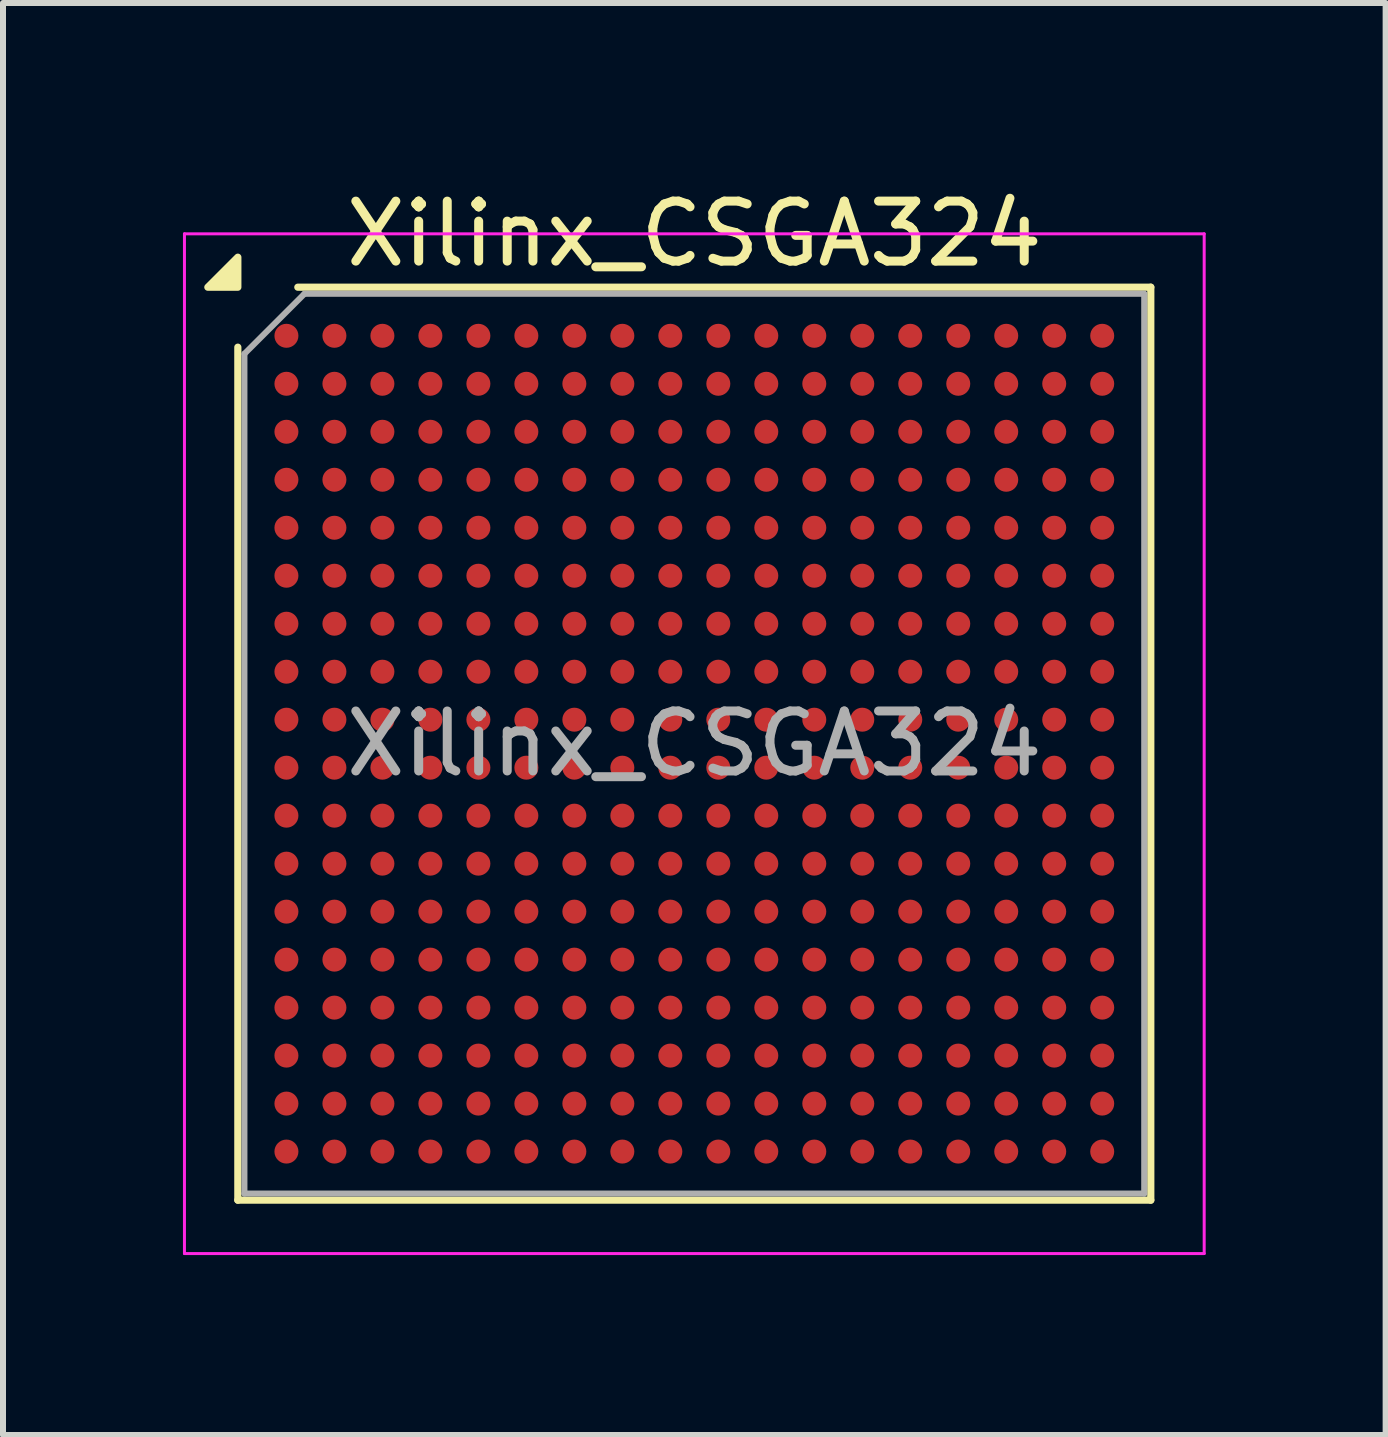
<source format=kicad_pcb>
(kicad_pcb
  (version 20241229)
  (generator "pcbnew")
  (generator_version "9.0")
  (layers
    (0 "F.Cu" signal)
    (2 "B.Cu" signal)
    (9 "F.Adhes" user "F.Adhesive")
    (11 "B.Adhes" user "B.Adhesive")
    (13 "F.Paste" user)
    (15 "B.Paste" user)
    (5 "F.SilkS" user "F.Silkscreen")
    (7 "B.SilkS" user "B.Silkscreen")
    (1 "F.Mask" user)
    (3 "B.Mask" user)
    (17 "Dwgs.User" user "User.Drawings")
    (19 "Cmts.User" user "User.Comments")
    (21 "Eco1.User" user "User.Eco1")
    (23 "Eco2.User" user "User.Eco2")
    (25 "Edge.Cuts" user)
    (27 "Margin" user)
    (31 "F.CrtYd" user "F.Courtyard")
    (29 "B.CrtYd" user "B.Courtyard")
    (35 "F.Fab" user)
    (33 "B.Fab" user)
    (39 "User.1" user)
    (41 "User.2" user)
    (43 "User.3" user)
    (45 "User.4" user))
  (footprint "Xilinx_CSGA324"
    (layer "F.Cu")
    (at 8.525 9.348)
    (property "Reference" "Xilinx_CSGA324" (at 0 -8.5 0) (layer "F.SilkS") (effects (font (size 1 1) (thickness 0.15))))
    (attr smd)
    (fp_line (start -7.61 7.61) (end -7.61 -6.61) (stroke (width 0.12) (type solid)) (layer "F.SilkS"))
    (fp_line (start -6.61 -7.61) (end 7.61 -7.61) (stroke (width 0.12) (type solid)) (layer "F.SilkS"))
    (fp_line (start 7.61 -7.61) (end 7.61 7.61) (stroke (width 0.12) (type solid)) (layer "F.SilkS"))
    (fp_line (start 7.61 7.61) (end -7.61 7.61) (stroke (width 0.12) (type solid)) (layer "F.SilkS"))
    (fp_poly (pts (xy -7.61 -7.61) (xy -8.11 -7.61) (xy -7.61 -8.11) (xy -7.61 -7.61)) (stroke (width 0.12) (type solid)) (fill yes) (layer "F.SilkS"))
    (fp_line (start -8.5 -8.5) (end -8.5 8.5) (stroke (width 0.05) (type solid)) (layer "F.CrtYd"))
    (fp_line (start -8.5 8.5) (end 8.5 8.5) (stroke (width 0.05) (type solid)) (layer "F.CrtYd"))
    (fp_line (start 8.5 -8.5) (end -8.5 -8.5) (stroke (width 0.05) (type solid)) (layer "F.CrtYd"))
    (fp_line (start 8.5 8.5) (end 8.5 -8.5) (stroke (width 0.05) (type solid)) (layer "F.CrtYd"))
    (fp_line (start -7.5 -6.5) (end -6.5 -7.5) (stroke (width 0.1) (type solid)) (layer "F.Fab"))
    (fp_line (start -7.5 7.5) (end -7.5 -6.5) (stroke (width 0.1) (type solid)) (layer "F.Fab"))
    (fp_line (start -6.5 -7.5) (end 7.5 -7.5) (stroke (width 0.1) (type solid)) (layer "F.Fab"))
    (fp_line (start 7.5 -7.5) (end 7.5 7.5) (stroke (width 0.1) (type solid)) (layer "F.Fab"))
    (fp_line (start 7.5 7.5) (end -7.5 7.5) (stroke (width 0.1) (type solid)) (layer "F.Fab"))
    (fp_text user "${REFERENCE}" (at 0 0 0) (layer "F.Fab") (effects (font (size 1 1) (thickness 0.15))))
    (pad "A1" smd circle (at -6.8 -6.8) (size 0.4 0.4) (property pad_prop_bga) (layers "F.Cu" "F.Mask" "F.Paste"))
    (pad "A2" smd circle (at -6 -6.8) (size 0.4 0.4) (property pad_prop_bga) (layers "F.Cu" "F.Mask" "F.Paste"))
    (pad "A3" smd circle (at -5.2 -6.8) (size 0.4 0.4) (property pad_prop_bga) (layers "F.Cu" "F.Mask" "F.Paste"))
    (pad "A4" smd circle (at -4.4 -6.8) (size 0.4 0.4) (property pad_prop_bga) (layers "F.Cu" "F.Mask" "F.Paste"))
    (pad "A5" smd circle (at -3.6 -6.8) (size 0.4 0.4) (property pad_prop_bga) (layers "F.Cu" "F.Mask" "F.Paste"))
    (pad "A6" smd circle (at -2.8 -6.8) (size 0.4 0.4) (property pad_prop_bga) (layers "F.Cu" "F.Mask" "F.Paste"))
    (pad "A7" smd circle (at -2 -6.8) (size 0.4 0.4) (property pad_prop_bga) (layers "F.Cu" "F.Mask" "F.Paste"))
    (pad "A8" smd circle (at -1.2 -6.8) (size 0.4 0.4) (property pad_prop_bga) (layers "F.Cu" "F.Mask" "F.Paste"))
    (pad "A9" smd circle (at -0.4 -6.8) (size 0.4 0.4) (property pad_prop_bga) (layers "F.Cu" "F.Mask" "F.Paste"))
    (pad "A10" smd circle (at 0.4 -6.8) (size 0.4 0.4) (property pad_prop_bga) (layers "F.Cu" "F.Mask" "F.Paste"))
    (pad "A11" smd circle (at 1.2 -6.8) (size 0.4 0.4) (property pad_prop_bga) (layers "F.Cu" "F.Mask" "F.Paste"))
    (pad "A12" smd circle (at 2 -6.8) (size 0.4 0.4) (property pad_prop_bga) (layers "F.Cu" "F.Mask" "F.Paste"))
    (pad "A13" smd circle (at 2.8 -6.8) (size 0.4 0.4) (property pad_prop_bga) (layers "F.Cu" "F.Mask" "F.Paste"))
    (pad "A14" smd circle (at 3.6 -6.8) (size 0.4 0.4) (property pad_prop_bga) (layers "F.Cu" "F.Mask" "F.Paste"))
    (pad "A15" smd circle (at 4.4 -6.8) (size 0.4 0.4) (property pad_prop_bga) (layers "F.Cu" "F.Mask" "F.Paste"))
    (pad "A16" smd circle (at 5.2 -6.8) (size 0.4 0.4) (property pad_prop_bga) (layers "F.Cu" "F.Mask" "F.Paste"))
    (pad "A17" smd circle (at 6 -6.8) (size 0.4 0.4) (property pad_prop_bga) (layers "F.Cu" "F.Mask" "F.Paste"))
    (pad "A18" smd circle (at 6.8 -6.8) (size 0.4 0.4) (property pad_prop_bga) (layers "F.Cu" "F.Mask" "F.Paste"))
    (pad "B1" smd circle (at -6.8 -6) (size 0.4 0.4) (property pad_prop_bga) (layers "F.Cu" "F.Mask" "F.Paste"))
    (pad "B2" smd circle (at -6 -6) (size 0.4 0.4) (property pad_prop_bga) (layers "F.Cu" "F.Mask" "F.Paste"))
    (pad "B3" smd circle (at -5.2 -6) (size 0.4 0.4) (property pad_prop_bga) (layers "F.Cu" "F.Mask" "F.Paste"))
    (pad "B4" smd circle (at -4.4 -6) (size 0.4 0.4) (property pad_prop_bga) (layers "F.Cu" "F.Mask" "F.Paste"))
    (pad "B5" smd circle (at -3.6 -6) (size 0.4 0.4) (property pad_prop_bga) (layers "F.Cu" "F.Mask" "F.Paste"))
    (pad "B6" smd circle (at -2.8 -6) (size 0.4 0.4) (property pad_prop_bga) (layers "F.Cu" "F.Mask" "F.Paste"))
    (pad "B7" smd circle (at -2 -6) (size 0.4 0.4) (property pad_prop_bga) (layers "F.Cu" "F.Mask" "F.Paste"))
    (pad "B8" smd circle (at -1.2 -6) (size 0.4 0.4) (property pad_prop_bga) (layers "F.Cu" "F.Mask" "F.Paste"))
    (pad "B9" smd circle (at -0.4 -6) (size 0.4 0.4) (property pad_prop_bga) (layers "F.Cu" "F.Mask" "F.Paste"))
    (pad "B10" smd circle (at 0.4 -6) (size 0.4 0.4) (property pad_prop_bga) (layers "F.Cu" "F.Mask" "F.Paste"))
    (pad "B11" smd circle (at 1.2 -6) (size 0.4 0.4) (property pad_prop_bga) (layers "F.Cu" "F.Mask" "F.Paste"))
    (pad "B12" smd circle (at 2 -6) (size 0.4 0.4) (property pad_prop_bga) (layers "F.Cu" "F.Mask" "F.Paste"))
    (pad "B13" smd circle (at 2.8 -6) (size 0.4 0.4) (property pad_prop_bga) (layers "F.Cu" "F.Mask" "F.Paste"))
    (pad "B14" smd circle (at 3.6 -6) (size 0.4 0.4) (property pad_prop_bga) (layers "F.Cu" "F.Mask" "F.Paste"))
    (pad "B15" smd circle (at 4.4 -6) (size 0.4 0.4) (property pad_prop_bga) (layers "F.Cu" "F.Mask" "F.Paste"))
    (pad "B16" smd circle (at 5.2 -6) (size 0.4 0.4) (property pad_prop_bga) (layers "F.Cu" "F.Mask" "F.Paste"))
    (pad "B17" smd circle (at 6 -6) (size 0.4 0.4) (property pad_prop_bga) (layers "F.Cu" "F.Mask" "F.Paste"))
    (pad "B18" smd circle (at 6.8 -6) (size 0.4 0.4) (property pad_prop_bga) (layers "F.Cu" "F.Mask" "F.Paste"))
    (pad "C1" smd circle (at -6.8 -5.2) (size 0.4 0.4) (property pad_prop_bga) (layers "F.Cu" "F.Mask" "F.Paste"))
    (pad "C2" smd circle (at -6 -5.2) (size 0.4 0.4) (property pad_prop_bga) (layers "F.Cu" "F.Mask" "F.Paste"))
    (pad "C3" smd circle (at -5.2 -5.2) (size 0.4 0.4) (property pad_prop_bga) (layers "F.Cu" "F.Mask" "F.Paste"))
    (pad "C4" smd circle (at -4.4 -5.2) (size 0.4 0.4) (property pad_prop_bga) (layers "F.Cu" "F.Mask" "F.Paste"))
    (pad "C5" smd circle (at -3.6 -5.2) (size 0.4 0.4) (property pad_prop_bga) (layers "F.Cu" "F.Mask" "F.Paste"))
    (pad "C6" smd circle (at -2.8 -5.2) (size 0.4 0.4) (property pad_prop_bga) (layers "F.Cu" "F.Mask" "F.Paste"))
    (pad "C7" smd circle (at -2 -5.2) (size 0.4 0.4) (property pad_prop_bga) (layers "F.Cu" "F.Mask" "F.Paste"))
    (pad "C8" smd circle (at -1.2 -5.2) (size 0.4 0.4) (property pad_prop_bga) (layers "F.Cu" "F.Mask" "F.Paste"))
    (pad "C9" smd circle (at -0.4 -5.2) (size 0.4 0.4) (property pad_prop_bga) (layers "F.Cu" "F.Mask" "F.Paste"))
    (pad "C10" smd circle (at 0.4 -5.2) (size 0.4 0.4) (property pad_prop_bga) (layers "F.Cu" "F.Mask" "F.Paste"))
    (pad "C11" smd circle (at 1.2 -5.2) (size 0.4 0.4) (property pad_prop_bga) (layers "F.Cu" "F.Mask" "F.Paste"))
    (pad "C12" smd circle (at 2 -5.2) (size 0.4 0.4) (property pad_prop_bga) (layers "F.Cu" "F.Mask" "F.Paste"))
    (pad "C13" smd circle (at 2.8 -5.2) (size 0.4 0.4) (property pad_prop_bga) (layers "F.Cu" "F.Mask" "F.Paste"))
    (pad "C14" smd circle (at 3.6 -5.2) (size 0.4 0.4) (property pad_prop_bga) (layers "F.Cu" "F.Mask" "F.Paste"))
    (pad "C15" smd circle (at 4.4 -5.2) (size 0.4 0.4) (property pad_prop_bga) (layers "F.Cu" "F.Mask" "F.Paste"))
    (pad "C16" smd circle (at 5.2 -5.2) (size 0.4 0.4) (property pad_prop_bga) (layers "F.Cu" "F.Mask" "F.Paste"))
    (pad "C17" smd circle (at 6 -5.2) (size 0.4 0.4) (property pad_prop_bga) (layers "F.Cu" "F.Mask" "F.Paste"))
    (pad "C18" smd circle (at 6.8 -5.2) (size 0.4 0.4) (property pad_prop_bga) (layers "F.Cu" "F.Mask" "F.Paste"))
    (pad "D1" smd circle (at -6.8 -4.4) (size 0.4 0.4) (property pad_prop_bga) (layers "F.Cu" "F.Mask" "F.Paste"))
    (pad "D2" smd circle (at -6 -4.4) (size 0.4 0.4) (property pad_prop_bga) (layers "F.Cu" "F.Mask" "F.Paste"))
    (pad "D3" smd circle (at -5.2 -4.4) (size 0.4 0.4) (property pad_prop_bga) (layers "F.Cu" "F.Mask" "F.Paste"))
    (pad "D4" smd circle (at -4.4 -4.4) (size 0.4 0.4) (property pad_prop_bga) (layers "F.Cu" "F.Mask" "F.Paste"))
    (pad "D5" smd circle (at -3.6 -4.4) (size 0.4 0.4) (property pad_prop_bga) (layers "F.Cu" "F.Mask" "F.Paste"))
    (pad "D6" smd circle (at -2.8 -4.4) (size 0.4 0.4) (property pad_prop_bga) (layers "F.Cu" "F.Mask" "F.Paste"))
    (pad "D7" smd circle (at -2 -4.4) (size 0.4 0.4) (property pad_prop_bga) (layers "F.Cu" "F.Mask" "F.Paste"))
    (pad "D8" smd circle (at -1.2 -4.4) (size 0.4 0.4) (property pad_prop_bga) (layers "F.Cu" "F.Mask" "F.Paste"))
    (pad "D9" smd circle (at -0.4 -4.4) (size 0.4 0.4) (property pad_prop_bga) (layers "F.Cu" "F.Mask" "F.Paste"))
    (pad "D10" smd circle (at 0.4 -4.4) (size 0.4 0.4) (property pad_prop_bga) (layers "F.Cu" "F.Mask" "F.Paste"))
    (pad "D11" smd circle (at 1.2 -4.4) (size 0.4 0.4) (property pad_prop_bga) (layers "F.Cu" "F.Mask" "F.Paste"))
    (pad "D12" smd circle (at 2 -4.4) (size 0.4 0.4) (property pad_prop_bga) (layers "F.Cu" "F.Mask" "F.Paste"))
    (pad "D13" smd circle (at 2.8 -4.4) (size 0.4 0.4) (property pad_prop_bga) (layers "F.Cu" "F.Mask" "F.Paste"))
    (pad "D14" smd circle (at 3.6 -4.4) (size 0.4 0.4) (property pad_prop_bga) (layers "F.Cu" "F.Mask" "F.Paste"))
    (pad "D15" smd circle (at 4.4 -4.4) (size 0.4 0.4) (property pad_prop_bga) (layers "F.Cu" "F.Mask" "F.Paste"))
    (pad "D16" smd circle (at 5.2 -4.4) (size 0.4 0.4) (property pad_prop_bga) (layers "F.Cu" "F.Mask" "F.Paste"))
    (pad "D17" smd circle (at 6 -4.4) (size 0.4 0.4) (property pad_prop_bga) (layers "F.Cu" "F.Mask" "F.Paste"))
    (pad "D18" smd circle (at 6.8 -4.4) (size 0.4 0.4) (property pad_prop_bga) (layers "F.Cu" "F.Mask" "F.Paste"))
    (pad "E1" smd circle (at -6.8 -3.6) (size 0.4 0.4) (property pad_prop_bga) (layers "F.Cu" "F.Mask" "F.Paste"))
    (pad "E2" smd circle (at -6 -3.6) (size 0.4 0.4) (property pad_prop_bga) (layers "F.Cu" "F.Mask" "F.Paste"))
    (pad "E3" smd circle (at -5.2 -3.6) (size 0.4 0.4) (property pad_prop_bga) (layers "F.Cu" "F.Mask" "F.Paste"))
    (pad "E4" smd circle (at -4.4 -3.6) (size 0.4 0.4) (property pad_prop_bga) (layers "F.Cu" "F.Mask" "F.Paste"))
    (pad "E5" smd circle (at -3.6 -3.6) (size 0.4 0.4) (property pad_prop_bga) (layers "F.Cu" "F.Mask" "F.Paste"))
    (pad "E6" smd circle (at -2.8 -3.6) (size 0.4 0.4) (property pad_prop_bga) (layers "F.Cu" "F.Mask" "F.Paste"))
    (pad "E7" smd circle (at -2 -3.6) (size 0.4 0.4) (property pad_prop_bga) (layers "F.Cu" "F.Mask" "F.Paste"))
    (pad "E8" smd circle (at -1.2 -3.6) (size 0.4 0.4) (property pad_prop_bga) (layers "F.Cu" "F.Mask" "F.Paste"))
    (pad "E9" smd circle (at -0.4 -3.6) (size 0.4 0.4) (property pad_prop_bga) (layers "F.Cu" "F.Mask" "F.Paste"))
    (pad "E10" smd circle (at 0.4 -3.6) (size 0.4 0.4) (property pad_prop_bga) (layers "F.Cu" "F.Mask" "F.Paste"))
    (pad "E11" smd circle (at 1.2 -3.6) (size 0.4 0.4) (property pad_prop_bga) (layers "F.Cu" "F.Mask" "F.Paste"))
    (pad "E12" smd circle (at 2 -3.6) (size 0.4 0.4) (property pad_prop_bga) (layers "F.Cu" "F.Mask" "F.Paste"))
    (pad "E13" smd circle (at 2.8 -3.6) (size 0.4 0.4) (property pad_prop_bga) (layers "F.Cu" "F.Mask" "F.Paste"))
    (pad "E14" smd circle (at 3.6 -3.6) (size 0.4 0.4) (property pad_prop_bga) (layers "F.Cu" "F.Mask" "F.Paste"))
    (pad "E15" smd circle (at 4.4 -3.6) (size 0.4 0.4) (property pad_prop_bga) (layers "F.Cu" "F.Mask" "F.Paste"))
    (pad "E16" smd circle (at 5.2 -3.6) (size 0.4 0.4) (property pad_prop_bga) (layers "F.Cu" "F.Mask" "F.Paste"))
    (pad "E17" smd circle (at 6 -3.6) (size 0.4 0.4) (property pad_prop_bga) (layers "F.Cu" "F.Mask" "F.Paste"))
    (pad "E18" smd circle (at 6.8 -3.6) (size 0.4 0.4) (property pad_prop_bga) (layers "F.Cu" "F.Mask" "F.Paste"))
    (pad "F1" smd circle (at -6.8 -2.8) (size 0.4 0.4) (property pad_prop_bga) (layers "F.Cu" "F.Mask" "F.Paste"))
    (pad "F2" smd circle (at -6 -2.8) (size 0.4 0.4) (property pad_prop_bga) (layers "F.Cu" "F.Mask" "F.Paste"))
    (pad "F3" smd circle (at -5.2 -2.8) (size 0.4 0.4) (property pad_prop_bga) (layers "F.Cu" "F.Mask" "F.Paste"))
    (pad "F4" smd circle (at -4.4 -2.8) (size 0.4 0.4) (property pad_prop_bga) (layers "F.Cu" "F.Mask" "F.Paste"))
    (pad "F5" smd circle (at -3.6 -2.8) (size 0.4 0.4) (property pad_prop_bga) (layers "F.Cu" "F.Mask" "F.Paste"))
    (pad "F6" smd circle (at -2.8 -2.8) (size 0.4 0.4) (property pad_prop_bga) (layers "F.Cu" "F.Mask" "F.Paste"))
    (pad "F7" smd circle (at -2 -2.8) (size 0.4 0.4) (property pad_prop_bga) (layers "F.Cu" "F.Mask" "F.Paste"))
    (pad "F8" smd circle (at -1.2 -2.8) (size 0.4 0.4) (property pad_prop_bga) (layers "F.Cu" "F.Mask" "F.Paste"))
    (pad "F9" smd circle (at -0.4 -2.8) (size 0.4 0.4) (property pad_prop_bga) (layers "F.Cu" "F.Mask" "F.Paste"))
    (pad "F10" smd circle (at 0.4 -2.8) (size 0.4 0.4) (property pad_prop_bga) (layers "F.Cu" "F.Mask" "F.Paste"))
    (pad "F11" smd circle (at 1.2 -2.8) (size 0.4 0.4) (property pad_prop_bga) (layers "F.Cu" "F.Mask" "F.Paste"))
    (pad "F12" smd circle (at 2 -2.8) (size 0.4 0.4) (property pad_prop_bga) (layers "F.Cu" "F.Mask" "F.Paste"))
    (pad "F13" smd circle (at 2.8 -2.8) (size 0.4 0.4) (property pad_prop_bga) (layers "F.Cu" "F.Mask" "F.Paste"))
    (pad "F14" smd circle (at 3.6 -2.8) (size 0.4 0.4) (property pad_prop_bga) (layers "F.Cu" "F.Mask" "F.Paste"))
    (pad "F15" smd circle (at 4.4 -2.8) (size 0.4 0.4) (property pad_prop_bga) (layers "F.Cu" "F.Mask" "F.Paste"))
    (pad "F16" smd circle (at 5.2 -2.8) (size 0.4 0.4) (property pad_prop_bga) (layers "F.Cu" "F.Mask" "F.Paste"))
    (pad "F17" smd circle (at 6 -2.8) (size 0.4 0.4) (property pad_prop_bga) (layers "F.Cu" "F.Mask" "F.Paste"))
    (pad "F18" smd circle (at 6.8 -2.8) (size 0.4 0.4) (property pad_prop_bga) (layers "F.Cu" "F.Mask" "F.Paste"))
    (pad "G1" smd circle (at -6.8 -2) (size 0.4 0.4) (property pad_prop_bga) (layers "F.Cu" "F.Mask" "F.Paste"))
    (pad "G2" smd circle (at -6 -2) (size 0.4 0.4) (property pad_prop_bga) (layers "F.Cu" "F.Mask" "F.Paste"))
    (pad "G3" smd circle (at -5.2 -2) (size 0.4 0.4) (property pad_prop_bga) (layers "F.Cu" "F.Mask" "F.Paste"))
    (pad "G4" smd circle (at -4.4 -2) (size 0.4 0.4) (property pad_prop_bga) (layers "F.Cu" "F.Mask" "F.Paste"))
    (pad "G5" smd circle (at -3.6 -2) (size 0.4 0.4) (property pad_prop_bga) (layers "F.Cu" "F.Mask" "F.Paste"))
    (pad "G6" smd circle (at -2.8 -2) (size 0.4 0.4) (property pad_prop_bga) (layers "F.Cu" "F.Mask" "F.Paste"))
    (pad "G7" smd circle (at -2 -2) (size 0.4 0.4) (property pad_prop_bga) (layers "F.Cu" "F.Mask" "F.Paste"))
    (pad "G8" smd circle (at -1.2 -2) (size 0.4 0.4) (property pad_prop_bga) (layers "F.Cu" "F.Mask" "F.Paste"))
    (pad "G9" smd circle (at -0.4 -2) (size 0.4 0.4) (property pad_prop_bga) (layers "F.Cu" "F.Mask" "F.Paste"))
    (pad "G10" smd circle (at 0.4 -2) (size 0.4 0.4) (property pad_prop_bga) (layers "F.Cu" "F.Mask" "F.Paste"))
    (pad "G11" smd circle (at 1.2 -2) (size 0.4 0.4) (property pad_prop_bga) (layers "F.Cu" "F.Mask" "F.Paste"))
    (pad "G12" smd circle (at 2 -2) (size 0.4 0.4) (property pad_prop_bga) (layers "F.Cu" "F.Mask" "F.Paste"))
    (pad "G13" smd circle (at 2.8 -2) (size 0.4 0.4) (property pad_prop_bga) (layers "F.Cu" "F.Mask" "F.Paste"))
    (pad "G14" smd circle (at 3.6 -2) (size 0.4 0.4) (property pad_prop_bga) (layers "F.Cu" "F.Mask" "F.Paste"))
    (pad "G15" smd circle (at 4.4 -2) (size 0.4 0.4) (property pad_prop_bga) (layers "F.Cu" "F.Mask" "F.Paste"))
    (pad "G16" smd circle (at 5.2 -2) (size 0.4 0.4) (property pad_prop_bga) (layers "F.Cu" "F.Mask" "F.Paste"))
    (pad "G17" smd circle (at 6 -2) (size 0.4 0.4) (property pad_prop_bga) (layers "F.Cu" "F.Mask" "F.Paste"))
    (pad "G18" smd circle (at 6.8 -2) (size 0.4 0.4) (property pad_prop_bga) (layers "F.Cu" "F.Mask" "F.Paste"))
    (pad "H1" smd circle (at -6.8 -1.2) (size 0.4 0.4) (property pad_prop_bga) (layers "F.Cu" "F.Mask" "F.Paste"))
    (pad "H2" smd circle (at -6 -1.2) (size 0.4 0.4) (property pad_prop_bga) (layers "F.Cu" "F.Mask" "F.Paste"))
    (pad "H3" smd circle (at -5.2 -1.2) (size 0.4 0.4) (property pad_prop_bga) (layers "F.Cu" "F.Mask" "F.Paste"))
    (pad "H4" smd circle (at -4.4 -1.2) (size 0.4 0.4) (property pad_prop_bga) (layers "F.Cu" "F.Mask" "F.Paste"))
    (pad "H5" smd circle (at -3.6 -1.2) (size 0.4 0.4) (property pad_prop_bga) (layers "F.Cu" "F.Mask" "F.Paste"))
    (pad "H6" smd circle (at -2.8 -1.2) (size 0.4 0.4) (property pad_prop_bga) (layers "F.Cu" "F.Mask" "F.Paste"))
    (pad "H7" smd circle (at -2 -1.2) (size 0.4 0.4) (property pad_prop_bga) (layers "F.Cu" "F.Mask" "F.Paste"))
    (pad "H8" smd circle (at -1.2 -1.2) (size 0.4 0.4) (property pad_prop_bga) (layers "F.Cu" "F.Mask" "F.Paste"))
    (pad "H9" smd circle (at -0.4 -1.2) (size 0.4 0.4) (property pad_prop_bga) (layers "F.Cu" "F.Mask" "F.Paste"))
    (pad "H10" smd circle (at 0.4 -1.2) (size 0.4 0.4) (property pad_prop_bga) (layers "F.Cu" "F.Mask" "F.Paste"))
    (pad "H11" smd circle (at 1.2 -1.2) (size 0.4 0.4) (property pad_prop_bga) (layers "F.Cu" "F.Mask" "F.Paste"))
    (pad "H12" smd circle (at 2 -1.2) (size 0.4 0.4) (property pad_prop_bga) (layers "F.Cu" "F.Mask" "F.Paste"))
    (pad "H13" smd circle (at 2.8 -1.2) (size 0.4 0.4) (property pad_prop_bga) (layers "F.Cu" "F.Mask" "F.Paste"))
    (pad "H14" smd circle (at 3.6 -1.2) (size 0.4 0.4) (property pad_prop_bga) (layers "F.Cu" "F.Mask" "F.Paste"))
    (pad "H15" smd circle (at 4.4 -1.2) (size 0.4 0.4) (property pad_prop_bga) (layers "F.Cu" "F.Mask" "F.Paste"))
    (pad "H16" smd circle (at 5.2 -1.2) (size 0.4 0.4) (property pad_prop_bga) (layers "F.Cu" "F.Mask" "F.Paste"))
    (pad "H17" smd circle (at 6 -1.2) (size 0.4 0.4) (property pad_prop_bga) (layers "F.Cu" "F.Mask" "F.Paste"))
    (pad "H18" smd circle (at 6.8 -1.2) (size 0.4 0.4) (property pad_prop_bga) (layers "F.Cu" "F.Mask" "F.Paste"))
    (pad "J1" smd circle (at -6.8 -0.4) (size 0.4 0.4) (property pad_prop_bga) (layers "F.Cu" "F.Mask" "F.Paste"))
    (pad "J2" smd circle (at -6 -0.4) (size 0.4 0.4) (property pad_prop_bga) (layers "F.Cu" "F.Mask" "F.Paste"))
    (pad "J3" smd circle (at -5.2 -0.4) (size 0.4 0.4) (property pad_prop_bga) (layers "F.Cu" "F.Mask" "F.Paste"))
    (pad "J4" smd circle (at -4.4 -0.4) (size 0.4 0.4) (property pad_prop_bga) (layers "F.Cu" "F.Mask" "F.Paste"))
    (pad "J5" smd circle (at -3.6 -0.4) (size 0.4 0.4) (property pad_prop_bga) (layers "F.Cu" "F.Mask" "F.Paste"))
    (pad "J6" smd circle (at -2.8 -0.4) (size 0.4 0.4) (property pad_prop_bga) (layers "F.Cu" "F.Mask" "F.Paste"))
    (pad "J7" smd circle (at -2 -0.4) (size 0.4 0.4) (property pad_prop_bga) (layers "F.Cu" "F.Mask" "F.Paste"))
    (pad "J8" smd circle (at -1.2 -0.4) (size 0.4 0.4) (property pad_prop_bga) (layers "F.Cu" "F.Mask" "F.Paste"))
    (pad "J9" smd circle (at -0.4 -0.4) (size 0.4 0.4) (property pad_prop_bga) (layers "F.Cu" "F.Mask" "F.Paste"))
    (pad "J10" smd circle (at 0.4 -0.4) (size 0.4 0.4) (property pad_prop_bga) (layers "F.Cu" "F.Mask" "F.Paste"))
    (pad "J11" smd circle (at 1.2 -0.4) (size 0.4 0.4) (property pad_prop_bga) (layers "F.Cu" "F.Mask" "F.Paste"))
    (pad "J12" smd circle (at 2 -0.4) (size 0.4 0.4) (property pad_prop_bga) (layers "F.Cu" "F.Mask" "F.Paste"))
    (pad "J13" smd circle (at 2.8 -0.4) (size 0.4 0.4) (property pad_prop_bga) (layers "F.Cu" "F.Mask" "F.Paste"))
    (pad "J14" smd circle (at 3.6 -0.4) (size 0.4 0.4) (property pad_prop_bga) (layers "F.Cu" "F.Mask" "F.Paste"))
    (pad "J15" smd circle (at 4.4 -0.4) (size 0.4 0.4) (property pad_prop_bga) (layers "F.Cu" "F.Mask" "F.Paste"))
    (pad "J16" smd circle (at 5.2 -0.4) (size 0.4 0.4) (property pad_prop_bga) (layers "F.Cu" "F.Mask" "F.Paste"))
    (pad "J17" smd circle (at 6 -0.4) (size 0.4 0.4) (property pad_prop_bga) (layers "F.Cu" "F.Mask" "F.Paste"))
    (pad "J18" smd circle (at 6.8 -0.4) (size 0.4 0.4) (property pad_prop_bga) (layers "F.Cu" "F.Mask" "F.Paste"))
    (pad "K1" smd circle (at -6.8 0.4) (size 0.4 0.4) (property pad_prop_bga) (layers "F.Cu" "F.Mask" "F.Paste"))
    (pad "K2" smd circle (at -6 0.4) (size 0.4 0.4) (property pad_prop_bga) (layers "F.Cu" "F.Mask" "F.Paste"))
    (pad "K3" smd circle (at -5.2 0.4) (size 0.4 0.4) (property pad_prop_bga) (layers "F.Cu" "F.Mask" "F.Paste"))
    (pad "K4" smd circle (at -4.4 0.4) (size 0.4 0.4) (property pad_prop_bga) (layers "F.Cu" "F.Mask" "F.Paste"))
    (pad "K5" smd circle (at -3.6 0.4) (size 0.4 0.4) (property pad_prop_bga) (layers "F.Cu" "F.Mask" "F.Paste"))
    (pad "K6" smd circle (at -2.8 0.4) (size 0.4 0.4) (property pad_prop_bga) (layers "F.Cu" "F.Mask" "F.Paste"))
    (pad "K7" smd circle (at -2 0.4) (size 0.4 0.4) (property pad_prop_bga) (layers "F.Cu" "F.Mask" "F.Paste"))
    (pad "K8" smd circle (at -1.2 0.4) (size 0.4 0.4) (property pad_prop_bga) (layers "F.Cu" "F.Mask" "F.Paste"))
    (pad "K9" smd circle (at -0.4 0.4) (size 0.4 0.4) (property pad_prop_bga) (layers "F.Cu" "F.Mask" "F.Paste"))
    (pad "K10" smd circle (at 0.4 0.4) (size 0.4 0.4) (property pad_prop_bga) (layers "F.Cu" "F.Mask" "F.Paste"))
    (pad "K11" smd circle (at 1.2 0.4) (size 0.4 0.4) (property pad_prop_bga) (layers "F.Cu" "F.Mask" "F.Paste"))
    (pad "K12" smd circle (at 2 0.4) (size 0.4 0.4) (property pad_prop_bga) (layers "F.Cu" "F.Mask" "F.Paste"))
    (pad "K13" smd circle (at 2.8 0.4) (size 0.4 0.4) (property pad_prop_bga) (layers "F.Cu" "F.Mask" "F.Paste"))
    (pad "K14" smd circle (at 3.6 0.4) (size 0.4 0.4) (property pad_prop_bga) (layers "F.Cu" "F.Mask" "F.Paste"))
    (pad "K15" smd circle (at 4.4 0.4) (size 0.4 0.4) (property pad_prop_bga) (layers "F.Cu" "F.Mask" "F.Paste"))
    (pad "K16" smd circle (at 5.2 0.4) (size 0.4 0.4) (property pad_prop_bga) (layers "F.Cu" "F.Mask" "F.Paste"))
    (pad "K17" smd circle (at 6 0.4) (size 0.4 0.4) (property pad_prop_bga) (layers "F.Cu" "F.Mask" "F.Paste"))
    (pad "K18" smd circle (at 6.8 0.4) (size 0.4 0.4) (property pad_prop_bga) (layers "F.Cu" "F.Mask" "F.Paste"))
    (pad "L1" smd circle (at -6.8 1.2) (size 0.4 0.4) (property pad_prop_bga) (layers "F.Cu" "F.Mask" "F.Paste"))
    (pad "L2" smd circle (at -6 1.2) (size 0.4 0.4) (property pad_prop_bga) (layers "F.Cu" "F.Mask" "F.Paste"))
    (pad "L3" smd circle (at -5.2 1.2) (size 0.4 0.4) (property pad_prop_bga) (layers "F.Cu" "F.Mask" "F.Paste"))
    (pad "L4" smd circle (at -4.4 1.2) (size 0.4 0.4) (property pad_prop_bga) (layers "F.Cu" "F.Mask" "F.Paste"))
    (pad "L5" smd circle (at -3.6 1.2) (size 0.4 0.4) (property pad_prop_bga) (layers "F.Cu" "F.Mask" "F.Paste"))
    (pad "L6" smd circle (at -2.8 1.2) (size 0.4 0.4) (property pad_prop_bga) (layers "F.Cu" "F.Mask" "F.Paste"))
    (pad "L7" smd circle (at -2 1.2) (size 0.4 0.4) (property pad_prop_bga) (layers "F.Cu" "F.Mask" "F.Paste"))
    (pad "L8" smd circle (at -1.2 1.2) (size 0.4 0.4) (property pad_prop_bga) (layers "F.Cu" "F.Mask" "F.Paste"))
    (pad "L9" smd circle (at -0.4 1.2) (size 0.4 0.4) (property pad_prop_bga) (layers "F.Cu" "F.Mask" "F.Paste"))
    (pad "L10" smd circle (at 0.4 1.2) (size 0.4 0.4) (property pad_prop_bga) (layers "F.Cu" "F.Mask" "F.Paste"))
    (pad "L11" smd circle (at 1.2 1.2) (size 0.4 0.4) (property pad_prop_bga) (layers "F.Cu" "F.Mask" "F.Paste"))
    (pad "L12" smd circle (at 2 1.2) (size 0.4 0.4) (property pad_prop_bga) (layers "F.Cu" "F.Mask" "F.Paste"))
    (pad "L13" smd circle (at 2.8 1.2) (size 0.4 0.4) (property pad_prop_bga) (layers "F.Cu" "F.Mask" "F.Paste"))
    (pad "L14" smd circle (at 3.6 1.2) (size 0.4 0.4) (property pad_prop_bga) (layers "F.Cu" "F.Mask" "F.Paste"))
    (pad "L15" smd circle (at 4.4 1.2) (size 0.4 0.4) (property pad_prop_bga) (layers "F.Cu" "F.Mask" "F.Paste"))
    (pad "L16" smd circle (at 5.2 1.2) (size 0.4 0.4) (property pad_prop_bga) (layers "F.Cu" "F.Mask" "F.Paste"))
    (pad "L17" smd circle (at 6 1.2) (size 0.4 0.4) (property pad_prop_bga) (layers "F.Cu" "F.Mask" "F.Paste"))
    (pad "L18" smd circle (at 6.8 1.2) (size 0.4 0.4) (property pad_prop_bga) (layers "F.Cu" "F.Mask" "F.Paste"))
    (pad "M1" smd circle (at -6.8 2) (size 0.4 0.4) (property pad_prop_bga) (layers "F.Cu" "F.Mask" "F.Paste"))
    (pad "M2" smd circle (at -6 2) (size 0.4 0.4) (property pad_prop_bga) (layers "F.Cu" "F.Mask" "F.Paste"))
    (pad "M3" smd circle (at -5.2 2) (size 0.4 0.4) (property pad_prop_bga) (layers "F.Cu" "F.Mask" "F.Paste"))
    (pad "M4" smd circle (at -4.4 2) (size 0.4 0.4) (property pad_prop_bga) (layers "F.Cu" "F.Mask" "F.Paste"))
    (pad "M5" smd circle (at -3.6 2) (size 0.4 0.4) (property pad_prop_bga) (layers "F.Cu" "F.Mask" "F.Paste"))
    (pad "M6" smd circle (at -2.8 2) (size 0.4 0.4) (property pad_prop_bga) (layers "F.Cu" "F.Mask" "F.Paste"))
    (pad "M7" smd circle (at -2 2) (size 0.4 0.4) (property pad_prop_bga) (layers "F.Cu" "F.Mask" "F.Paste"))
    (pad "M8" smd circle (at -1.2 2) (size 0.4 0.4) (property pad_prop_bga) (layers "F.Cu" "F.Mask" "F.Paste"))
    (pad "M9" smd circle (at -0.4 2) (size 0.4 0.4) (property pad_prop_bga) (layers "F.Cu" "F.Mask" "F.Paste"))
    (pad "M10" smd circle (at 0.4 2) (size 0.4 0.4) (property pad_prop_bga) (layers "F.Cu" "F.Mask" "F.Paste"))
    (pad "M11" smd circle (at 1.2 2) (size 0.4 0.4) (property pad_prop_bga) (layers "F.Cu" "F.Mask" "F.Paste"))
    (pad "M12" smd circle (at 2 2) (size 0.4 0.4) (property pad_prop_bga) (layers "F.Cu" "F.Mask" "F.Paste"))
    (pad "M13" smd circle (at 2.8 2) (size 0.4 0.4) (property pad_prop_bga) (layers "F.Cu" "F.Mask" "F.Paste"))
    (pad "M14" smd circle (at 3.6 2) (size 0.4 0.4) (property pad_prop_bga) (layers "F.Cu" "F.Mask" "F.Paste"))
    (pad "M15" smd circle (at 4.4 2) (size 0.4 0.4) (property pad_prop_bga) (layers "F.Cu" "F.Mask" "F.Paste"))
    (pad "M16" smd circle (at 5.2 2) (size 0.4 0.4) (property pad_prop_bga) (layers "F.Cu" "F.Mask" "F.Paste"))
    (pad "M17" smd circle (at 6 2) (size 0.4 0.4) (property pad_prop_bga) (layers "F.Cu" "F.Mask" "F.Paste"))
    (pad "M18" smd circle (at 6.8 2) (size 0.4 0.4) (property pad_prop_bga) (layers "F.Cu" "F.Mask" "F.Paste"))
    (pad "N1" smd circle (at -6.8 2.8) (size 0.4 0.4) (property pad_prop_bga) (layers "F.Cu" "F.Mask" "F.Paste"))
    (pad "N2" smd circle (at -6 2.8) (size 0.4 0.4) (property pad_prop_bga) (layers "F.Cu" "F.Mask" "F.Paste"))
    (pad "N3" smd circle (at -5.2 2.8) (size 0.4 0.4) (property pad_prop_bga) (layers "F.Cu" "F.Mask" "F.Paste"))
    (pad "N4" smd circle (at -4.4 2.8) (size 0.4 0.4) (property pad_prop_bga) (layers "F.Cu" "F.Mask" "F.Paste"))
    (pad "N5" smd circle (at -3.6 2.8) (size 0.4 0.4) (property pad_prop_bga) (layers "F.Cu" "F.Mask" "F.Paste"))
    (pad "N6" smd circle (at -2.8 2.8) (size 0.4 0.4) (property pad_prop_bga) (layers "F.Cu" "F.Mask" "F.Paste"))
    (pad "N7" smd circle (at -2 2.8) (size 0.4 0.4) (property pad_prop_bga) (layers "F.Cu" "F.Mask" "F.Paste"))
    (pad "N8" smd circle (at -1.2 2.8) (size 0.4 0.4) (property pad_prop_bga) (layers "F.Cu" "F.Mask" "F.Paste"))
    (pad "N9" smd circle (at -0.4 2.8) (size 0.4 0.4) (property pad_prop_bga) (layers "F.Cu" "F.Mask" "F.Paste"))
    (pad "N10" smd circle (at 0.4 2.8) (size 0.4 0.4) (property pad_prop_bga) (layers "F.Cu" "F.Mask" "F.Paste"))
    (pad "N11" smd circle (at 1.2 2.8) (size 0.4 0.4) (property pad_prop_bga) (layers "F.Cu" "F.Mask" "F.Paste"))
    (pad "N12" smd circle (at 2 2.8) (size 0.4 0.4) (property pad_prop_bga) (layers "F.Cu" "F.Mask" "F.Paste"))
    (pad "N13" smd circle (at 2.8 2.8) (size 0.4 0.4) (property pad_prop_bga) (layers "F.Cu" "F.Mask" "F.Paste"))
    (pad "N14" smd circle (at 3.6 2.8) (size 0.4 0.4) (property pad_prop_bga) (layers "F.Cu" "F.Mask" "F.Paste"))
    (pad "N15" smd circle (at 4.4 2.8) (size 0.4 0.4) (property pad_prop_bga) (layers "F.Cu" "F.Mask" "F.Paste"))
    (pad "N16" smd circle (at 5.2 2.8) (size 0.4 0.4) (property pad_prop_bga) (layers "F.Cu" "F.Mask" "F.Paste"))
    (pad "N17" smd circle (at 6 2.8) (size 0.4 0.4) (property pad_prop_bga) (layers "F.Cu" "F.Mask" "F.Paste"))
    (pad "N18" smd circle (at 6.8 2.8) (size 0.4 0.4) (property pad_prop_bga) (layers "F.Cu" "F.Mask" "F.Paste"))
    (pad "P1" smd circle (at -6.8 3.6) (size 0.4 0.4) (property pad_prop_bga) (layers "F.Cu" "F.Mask" "F.Paste"))
    (pad "P2" smd circle (at -6 3.6) (size 0.4 0.4) (property pad_prop_bga) (layers "F.Cu" "F.Mask" "F.Paste"))
    (pad "P3" smd circle (at -5.2 3.6) (size 0.4 0.4) (property pad_prop_bga) (layers "F.Cu" "F.Mask" "F.Paste"))
    (pad "P4" smd circle (at -4.4 3.6) (size 0.4 0.4) (property pad_prop_bga) (layers "F.Cu" "F.Mask" "F.Paste"))
    (pad "P5" smd circle (at -3.6 3.6) (size 0.4 0.4) (property pad_prop_bga) (layers "F.Cu" "F.Mask" "F.Paste"))
    (pad "P6" smd circle (at -2.8 3.6) (size 0.4 0.4) (property pad_prop_bga) (layers "F.Cu" "F.Mask" "F.Paste"))
    (pad "P7" smd circle (at -2 3.6) (size 0.4 0.4) (property pad_prop_bga) (layers "F.Cu" "F.Mask" "F.Paste"))
    (pad "P8" smd circle (at -1.2 3.6) (size 0.4 0.4) (property pad_prop_bga) (layers "F.Cu" "F.Mask" "F.Paste"))
    (pad "P9" smd circle (at -0.4 3.6) (size 0.4 0.4) (property pad_prop_bga) (layers "F.Cu" "F.Mask" "F.Paste"))
    (pad "P10" smd circle (at 0.4 3.6) (size 0.4 0.4) (property pad_prop_bga) (layers "F.Cu" "F.Mask" "F.Paste"))
    (pad "P11" smd circle (at 1.2 3.6) (size 0.4 0.4) (property pad_prop_bga) (layers "F.Cu" "F.Mask" "F.Paste"))
    (pad "P12" smd circle (at 2 3.6) (size 0.4 0.4) (property pad_prop_bga) (layers "F.Cu" "F.Mask" "F.Paste"))
    (pad "P13" smd circle (at 2.8 3.6) (size 0.4 0.4) (property pad_prop_bga) (layers "F.Cu" "F.Mask" "F.Paste"))
    (pad "P14" smd circle (at 3.6 3.6) (size 0.4 0.4) (property pad_prop_bga) (layers "F.Cu" "F.Mask" "F.Paste"))
    (pad "P15" smd circle (at 4.4 3.6) (size 0.4 0.4) (property pad_prop_bga) (layers "F.Cu" "F.Mask" "F.Paste"))
    (pad "P16" smd circle (at 5.2 3.6) (size 0.4 0.4) (property pad_prop_bga) (layers "F.Cu" "F.Mask" "F.Paste"))
    (pad "P17" smd circle (at 6 3.6) (size 0.4 0.4) (property pad_prop_bga) (layers "F.Cu" "F.Mask" "F.Paste"))
    (pad "P18" smd circle (at 6.8 3.6) (size 0.4 0.4) (property pad_prop_bga) (layers "F.Cu" "F.Mask" "F.Paste"))
    (pad "R1" smd circle (at -6.8 4.4) (size 0.4 0.4) (property pad_prop_bga) (layers "F.Cu" "F.Mask" "F.Paste"))
    (pad "R2" smd circle (at -6 4.4) (size 0.4 0.4) (property pad_prop_bga) (layers "F.Cu" "F.Mask" "F.Paste"))
    (pad "R3" smd circle (at -5.2 4.4) (size 0.4 0.4) (property pad_prop_bga) (layers "F.Cu" "F.Mask" "F.Paste"))
    (pad "R4" smd circle (at -4.4 4.4) (size 0.4 0.4) (property pad_prop_bga) (layers "F.Cu" "F.Mask" "F.Paste"))
    (pad "R5" smd circle (at -3.6 4.4) (size 0.4 0.4) (property pad_prop_bga) (layers "F.Cu" "F.Mask" "F.Paste"))
    (pad "R6" smd circle (at -2.8 4.4) (size 0.4 0.4) (property pad_prop_bga) (layers "F.Cu" "F.Mask" "F.Paste"))
    (pad "R7" smd circle (at -2 4.4) (size 0.4 0.4) (property pad_prop_bga) (layers "F.Cu" "F.Mask" "F.Paste"))
    (pad "R8" smd circle (at -1.2 4.4) (size 0.4 0.4) (property pad_prop_bga) (layers "F.Cu" "F.Mask" "F.Paste"))
    (pad "R9" smd circle (at -0.4 4.4) (size 0.4 0.4) (property pad_prop_bga) (layers "F.Cu" "F.Mask" "F.Paste"))
    (pad "R10" smd circle (at 0.4 4.4) (size 0.4 0.4) (property pad_prop_bga) (layers "F.Cu" "F.Mask" "F.Paste"))
    (pad "R11" smd circle (at 1.2 4.4) (size 0.4 0.4) (property pad_prop_bga) (layers "F.Cu" "F.Mask" "F.Paste"))
    (pad "R12" smd circle (at 2 4.4) (size 0.4 0.4) (property pad_prop_bga) (layers "F.Cu" "F.Mask" "F.Paste"))
    (pad "R13" smd circle (at 2.8 4.4) (size 0.4 0.4) (property pad_prop_bga) (layers "F.Cu" "F.Mask" "F.Paste"))
    (pad "R14" smd circle (at 3.6 4.4) (size 0.4 0.4) (property pad_prop_bga) (layers "F.Cu" "F.Mask" "F.Paste"))
    (pad "R15" smd circle (at 4.4 4.4) (size 0.4 0.4) (property pad_prop_bga) (layers "F.Cu" "F.Mask" "F.Paste"))
    (pad "R16" smd circle (at 5.2 4.4) (size 0.4 0.4) (property pad_prop_bga) (layers "F.Cu" "F.Mask" "F.Paste"))
    (pad "R17" smd circle (at 6 4.4) (size 0.4 0.4) (property pad_prop_bga) (layers "F.Cu" "F.Mask" "F.Paste"))
    (pad "R18" smd circle (at 6.8 4.4) (size 0.4 0.4) (property pad_prop_bga) (layers "F.Cu" "F.Mask" "F.Paste"))
    (pad "T1" smd circle (at -6.8 5.2) (size 0.4 0.4) (property pad_prop_bga) (layers "F.Cu" "F.Mask" "F.Paste"))
    (pad "T2" smd circle (at -6 5.2) (size 0.4 0.4) (property pad_prop_bga) (layers "F.Cu" "F.Mask" "F.Paste"))
    (pad "T3" smd circle (at -5.2 5.2) (size 0.4 0.4) (property pad_prop_bga) (layers "F.Cu" "F.Mask" "F.Paste"))
    (pad "T4" smd circle (at -4.4 5.2) (size 0.4 0.4) (property pad_prop_bga) (layers "F.Cu" "F.Mask" "F.Paste"))
    (pad "T5" smd circle (at -3.6 5.2) (size 0.4 0.4) (property pad_prop_bga) (layers "F.Cu" "F.Mask" "F.Paste"))
    (pad "T6" smd circle (at -2.8 5.2) (size 0.4 0.4) (property pad_prop_bga) (layers "F.Cu" "F.Mask" "F.Paste"))
    (pad "T7" smd circle (at -2 5.2) (size 0.4 0.4) (property pad_prop_bga) (layers "F.Cu" "F.Mask" "F.Paste"))
    (pad "T8" smd circle (at -1.2 5.2) (size 0.4 0.4) (property pad_prop_bga) (layers "F.Cu" "F.Mask" "F.Paste"))
    (pad "T9" smd circle (at -0.4 5.2) (size 0.4 0.4) (property pad_prop_bga) (layers "F.Cu" "F.Mask" "F.Paste"))
    (pad "T10" smd circle (at 0.4 5.2) (size 0.4 0.4) (property pad_prop_bga) (layers "F.Cu" "F.Mask" "F.Paste"))
    (pad "T11" smd circle (at 1.2 5.2) (size 0.4 0.4) (property pad_prop_bga) (layers "F.Cu" "F.Mask" "F.Paste"))
    (pad "T12" smd circle (at 2 5.2) (size 0.4 0.4) (property pad_prop_bga) (layers "F.Cu" "F.Mask" "F.Paste"))
    (pad "T13" smd circle (at 2.8 5.2) (size 0.4 0.4) (property pad_prop_bga) (layers "F.Cu" "F.Mask" "F.Paste"))
    (pad "T14" smd circle (at 3.6 5.2) (size 0.4 0.4) (property pad_prop_bga) (layers "F.Cu" "F.Mask" "F.Paste"))
    (pad "T15" smd circle (at 4.4 5.2) (size 0.4 0.4) (property pad_prop_bga) (layers "F.Cu" "F.Mask" "F.Paste"))
    (pad "T16" smd circle (at 5.2 5.2) (size 0.4 0.4) (property pad_prop_bga) (layers "F.Cu" "F.Mask" "F.Paste"))
    (pad "T17" smd circle (at 6 5.2) (size 0.4 0.4) (property pad_prop_bga) (layers "F.Cu" "F.Mask" "F.Paste"))
    (pad "T18" smd circle (at 6.8 5.2) (size 0.4 0.4) (property pad_prop_bga) (layers "F.Cu" "F.Mask" "F.Paste"))
    (pad "U1" smd circle (at -6.8 6) (size 0.4 0.4) (property pad_prop_bga) (layers "F.Cu" "F.Mask" "F.Paste"))
    (pad "U2" smd circle (at -6 6) (size 0.4 0.4) (property pad_prop_bga) (layers "F.Cu" "F.Mask" "F.Paste"))
    (pad "U3" smd circle (at -5.2 6) (size 0.4 0.4) (property pad_prop_bga) (layers "F.Cu" "F.Mask" "F.Paste"))
    (pad "U4" smd circle (at -4.4 6) (size 0.4 0.4) (property pad_prop_bga) (layers "F.Cu" "F.Mask" "F.Paste"))
    (pad "U5" smd circle (at -3.6 6) (size 0.4 0.4) (property pad_prop_bga) (layers "F.Cu" "F.Mask" "F.Paste"))
    (pad "U6" smd circle (at -2.8 6) (size 0.4 0.4) (property pad_prop_bga) (layers "F.Cu" "F.Mask" "F.Paste"))
    (pad "U7" smd circle (at -2 6) (size 0.4 0.4) (property pad_prop_bga) (layers "F.Cu" "F.Mask" "F.Paste"))
    (pad "U8" smd circle (at -1.2 6) (size 0.4 0.4) (property pad_prop_bga) (layers "F.Cu" "F.Mask" "F.Paste"))
    (pad "U9" smd circle (at -0.4 6) (size 0.4 0.4) (property pad_prop_bga) (layers "F.Cu" "F.Mask" "F.Paste"))
    (pad "U10" smd circle (at 0.4 6) (size 0.4 0.4) (property pad_prop_bga) (layers "F.Cu" "F.Mask" "F.Paste"))
    (pad "U11" smd circle (at 1.2 6) (size 0.4 0.4) (property pad_prop_bga) (layers "F.Cu" "F.Mask" "F.Paste"))
    (pad "U12" smd circle (at 2 6) (size 0.4 0.4) (property pad_prop_bga) (layers "F.Cu" "F.Mask" "F.Paste"))
    (pad "U13" smd circle (at 2.8 6) (size 0.4 0.4) (property pad_prop_bga) (layers "F.Cu" "F.Mask" "F.Paste"))
    (pad "U14" smd circle (at 3.6 6) (size 0.4 0.4) (property pad_prop_bga) (layers "F.Cu" "F.Mask" "F.Paste"))
    (pad "U15" smd circle (at 4.4 6) (size 0.4 0.4) (property pad_prop_bga) (layers "F.Cu" "F.Mask" "F.Paste"))
    (pad "U16" smd circle (at 5.2 6) (size 0.4 0.4) (property pad_prop_bga) (layers "F.Cu" "F.Mask" "F.Paste"))
    (pad "U17" smd circle (at 6 6) (size 0.4 0.4) (property pad_prop_bga) (layers "F.Cu" "F.Mask" "F.Paste"))
    (pad "U18" smd circle (at 6.8 6) (size 0.4 0.4) (property pad_prop_bga) (layers "F.Cu" "F.Mask" "F.Paste"))
    (pad "V1" smd circle (at -6.8 6.8) (size 0.4 0.4) (property pad_prop_bga) (layers "F.Cu" "F.Mask" "F.Paste"))
    (pad "V2" smd circle (at -6 6.8) (size 0.4 0.4) (property pad_prop_bga) (layers "F.Cu" "F.Mask" "F.Paste"))
    (pad "V3" smd circle (at -5.2 6.8) (size 0.4 0.4) (property pad_prop_bga) (layers "F.Cu" "F.Mask" "F.Paste"))
    (pad "V4" smd circle (at -4.4 6.8) (size 0.4 0.4) (property pad_prop_bga) (layers "F.Cu" "F.Mask" "F.Paste"))
    (pad "V5" smd circle (at -3.6 6.8) (size 0.4 0.4) (property pad_prop_bga) (layers "F.Cu" "F.Mask" "F.Paste"))
    (pad "V6" smd circle (at -2.8 6.8) (size 0.4 0.4) (property pad_prop_bga) (layers "F.Cu" "F.Mask" "F.Paste"))
    (pad "V7" smd circle (at -2 6.8) (size 0.4 0.4) (property pad_prop_bga) (layers "F.Cu" "F.Mask" "F.Paste"))
    (pad "V8" smd circle (at -1.2 6.8) (size 0.4 0.4) (property pad_prop_bga) (layers "F.Cu" "F.Mask" "F.Paste"))
    (pad "V9" smd circle (at -0.4 6.8) (size 0.4 0.4) (property pad_prop_bga) (layers "F.Cu" "F.Mask" "F.Paste"))
    (pad "V10" smd circle (at 0.4 6.8) (size 0.4 0.4) (property pad_prop_bga) (layers "F.Cu" "F.Mask" "F.Paste"))
    (pad "V11" smd circle (at 1.2 6.8) (size 0.4 0.4) (property pad_prop_bga) (layers "F.Cu" "F.Mask" "F.Paste"))
    (pad "V12" smd circle (at 2 6.8) (size 0.4 0.4) (property pad_prop_bga) (layers "F.Cu" "F.Mask" "F.Paste"))
    (pad "V13" smd circle (at 2.8 6.8) (size 0.4 0.4) (property pad_prop_bga) (layers "F.Cu" "F.Mask" "F.Paste"))
    (pad "V14" smd circle (at 3.6 6.8) (size 0.4 0.4) (property pad_prop_bga) (layers "F.Cu" "F.Mask" "F.Paste"))
    (pad "V15" smd circle (at 4.4 6.8) (size 0.4 0.4) (property pad_prop_bga) (layers "F.Cu" "F.Mask" "F.Paste"))
    (pad "V16" smd circle (at 5.2 6.8) (size 0.4 0.4) (property pad_prop_bga) (layers "F.Cu" "F.Mask" "F.Paste"))
    (pad "V17" smd circle (at 6 6.8) (size 0.4 0.4) (property pad_prop_bga) (layers "F.Cu" "F.Mask" "F.Paste"))
    (pad "V18" smd circle (at 6.8 6.8) (size 0.4 0.4) (property pad_prop_bga) (layers "F.Cu" "F.Mask" "F.Paste")))
  (gr_rect
    (start -3 -3)
    (end 20.05 20.873)
    (stroke (width 0.1) (type default))
    (fill no)
    (layer "Edge.Cuts")))
</source>
